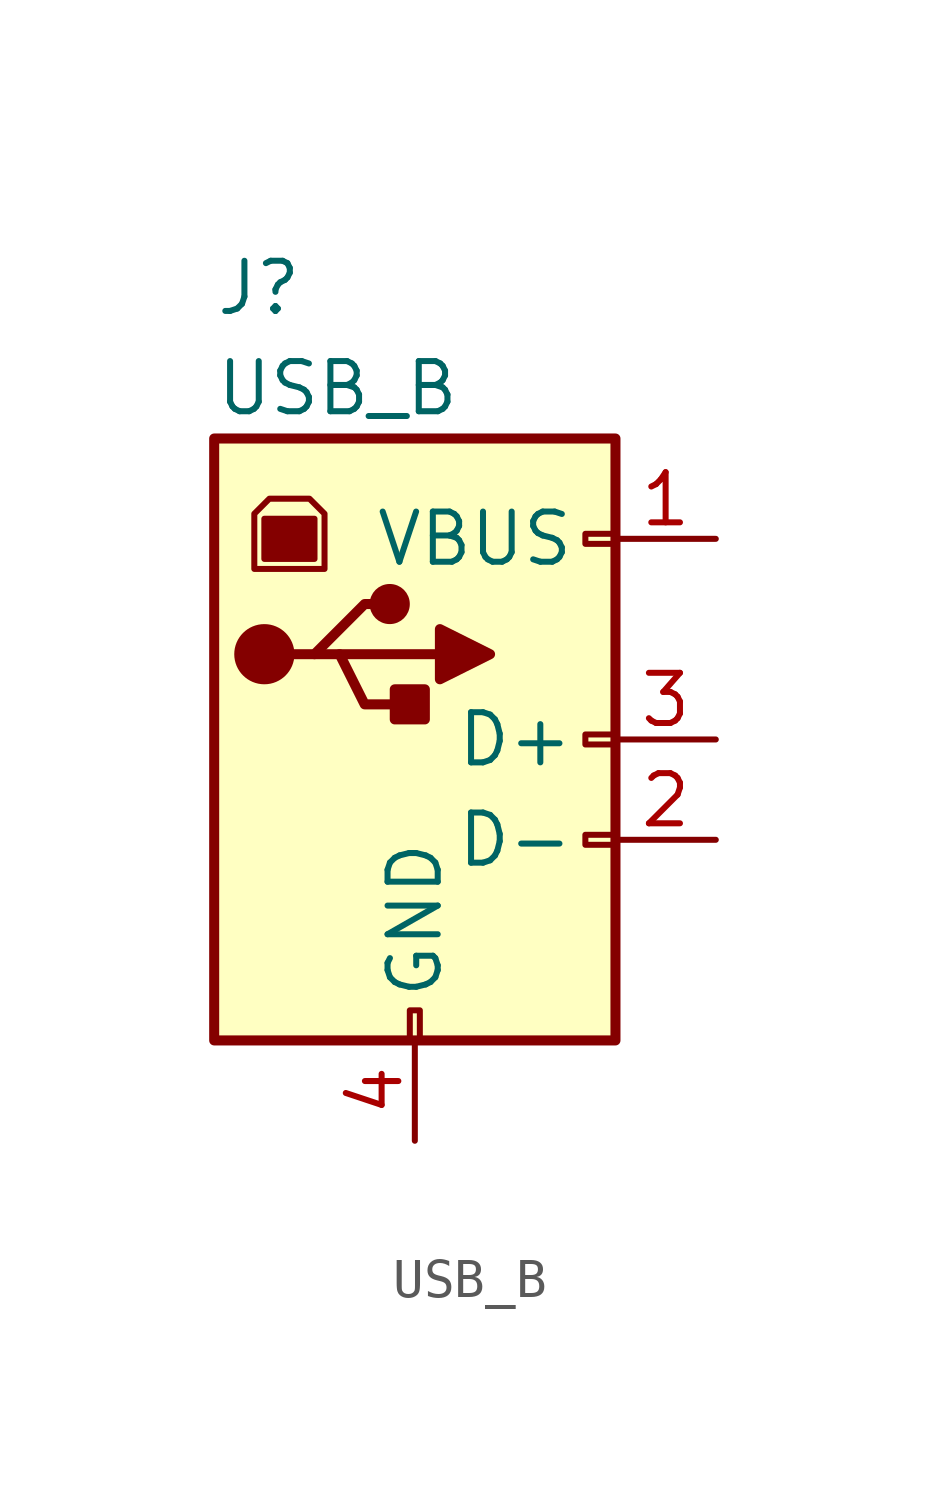
<source format=kicad_sym>
(kicad_symbol_lib
  (version 20231120)
  (generator "kicad_symbol_editor")
  (generator_version "8.0")
  (symbol "USB_B"
    (pin_names
      (offset 1.016))
    (property "Reference" "J"
      (at -5.08 11.43 0)
      (effects (font (size 1.27 1.27)) (justify left)))
    (property "Value" "USB_B"
      (at -5.08 8.89 0)
      (effects (font (size 1.27 1.27)) (justify left)))
    (symbol "USB_B_0_1"
      (rectangle (start -5.08 -7.62) (end 5.08 7.62) (stroke (width 0.254) (type default)) (fill (type background)))
      (circle (center -3.81 2.159) (radius 0.635) (stroke (width 0.254) (type default)) (fill (type outline)))
      (rectangle (start -3.81 5.588) (end -2.54 4.572) (stroke (width 0) (type default)) (fill (type outline)))
      (circle (center -0.635 3.429) (radius 0.381) (stroke (width 0.254) (type default)) (fill (type outline)))
      (rectangle (start -0.127 -7.62) (end 0.127 -6.858) (stroke (width 0) (type default)) (fill (type none)))
      (polyline (pts (xy -1.905 2.159) (xy 0.635 2.159)) (stroke (width 0.254) (type default)) (fill (type none)))
      (polyline (pts (xy -3.175 2.159) (xy -2.54 2.159) (xy -1.27 3.429) (xy -0.635 3.429)) (stroke (width 0.254) (type default)) (fill (type none)))
      (polyline (pts (xy -2.54 2.159) (xy -1.905 2.159) (xy -1.27 0.889) (xy 0 0.889)) (stroke (width 0.254) (type default)) (fill (type none)))
      (polyline (pts (xy 0.635 2.794) (xy 0.635 1.524) (xy 1.905 2.159) (xy 0.635 2.794)) (stroke (width 0.254) (type default)) (fill (type outline)))
      (polyline (pts (xy -4.064 4.318) (xy -2.286 4.318) (xy -2.286 5.715) (xy -2.667 6.096) (xy -3.683 6.096) (xy -4.064 5.715) (xy -4.064 4.318)) (stroke (width 0) (type default)) (fill (type none)))
      (rectangle (start 0.254 1.27) (end -0.508 0.508) (stroke (width 0.254) (type default)) (fill (type outline)))
      (rectangle (start 5.08 -2.667) (end 4.318 -2.413) (stroke (width 0) (type default)) (fill (type none)))
      (rectangle (start 5.08 -0.127) (end 4.318 0.127) (stroke (width 0) (type default)) (fill (type none)))
      (rectangle (start 5.08 4.953) (end 4.318 5.207) (stroke (width 0) (type default)) (fill (type none))))
    (symbol "USB_B_1_1"
      (pin power_out line (at 7.62 5.08 180) (length 2.54) (name "VBUS" (effects (font (size 1.27 1.27)))) (number "1" (effects (font (size 1.27 1.27)))))
      (pin bidirectional line (at 7.62 -2.54 180) (length 2.54) (name "D-" (effects (font (size 1.27 1.27)))) (number "2" (effects (font (size 1.27 1.27)))))
      (pin bidirectional line (at 7.62 0 180) (length 2.54) (name "D+" (effects (font (size 1.27 1.27)))) (number "3" (effects (font (size 1.27 1.27)))))
      (pin power_out line (at 0 -10.16 90) (length 2.54) (name "GND" (effects (font (size 1.27 1.27)))) (number "4" (effects (font (size 1.27 1.27))))))))
</source>
